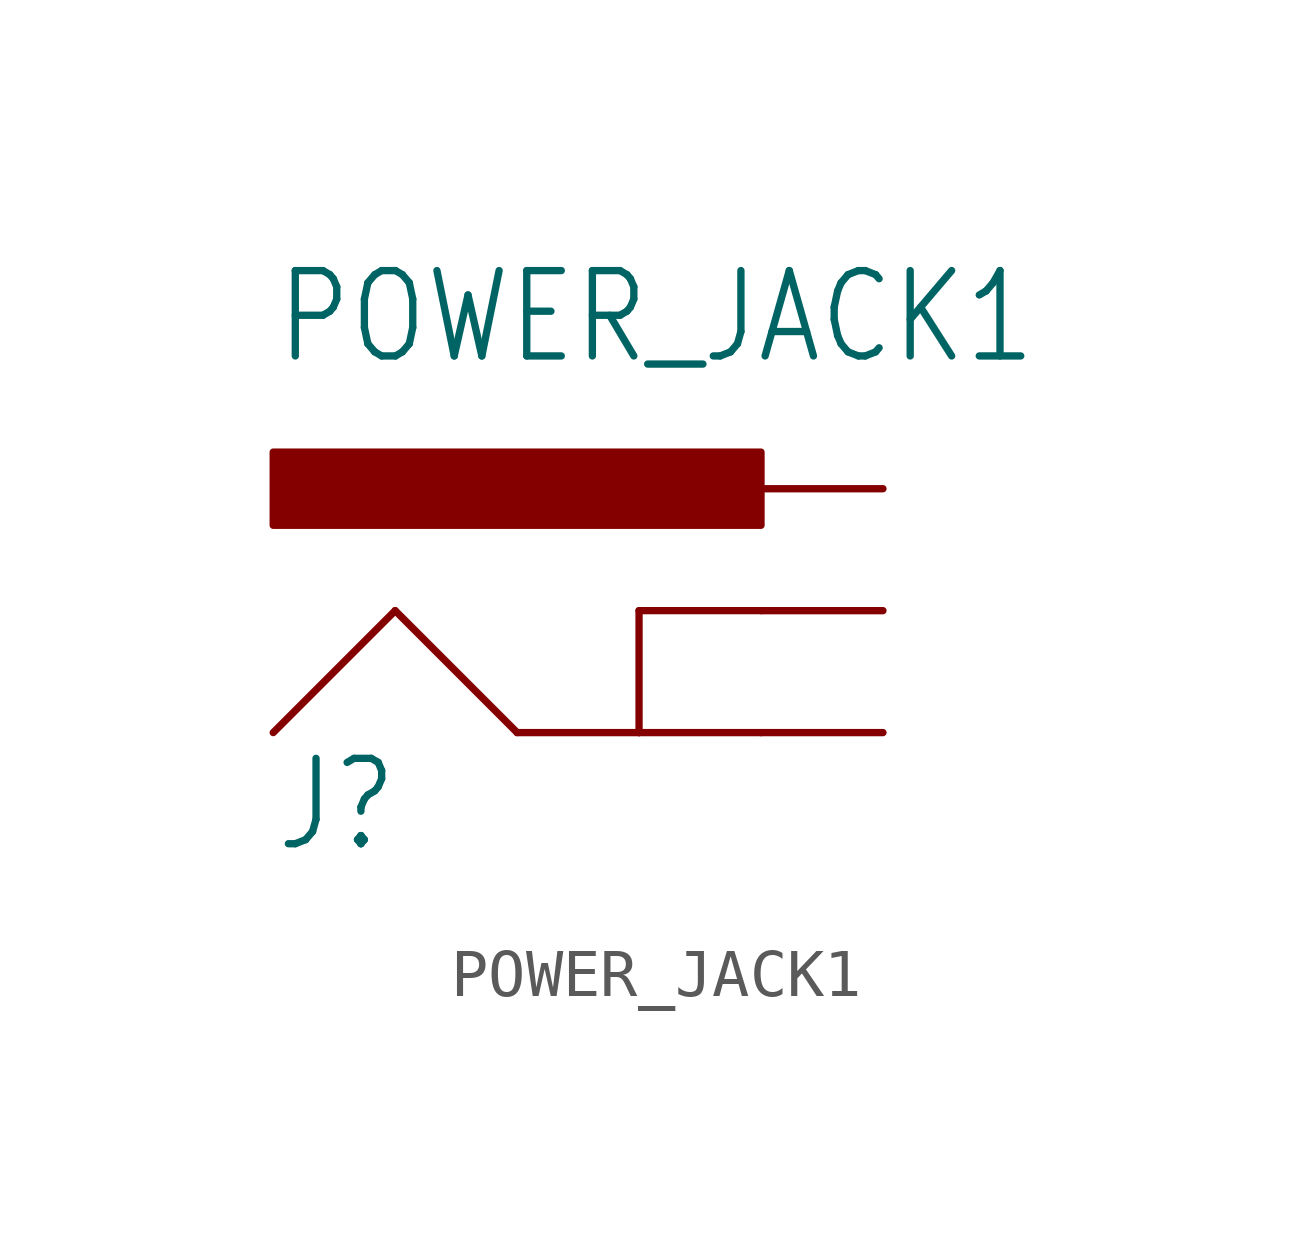
<source format=kicad_sym>
(kicad_symbol_lib
  (version 20211014)
  (generator kicad_symbol_editor)
  (symbol "POWER_JACK1"
    (property "Reference" "J"
      (at -10.16 0 0)
      (effects (font (size 1.778 1.511)) (justify left bottom)))
    (property "Value" "POWER_JACK1"
      (at -10.16 10.16 0)
      (effects (font (size 1.778 1.511)) (justify left bottom)))
    (property "ki_locked" ""
      (at 0 0 0)
      (effects (font (size 1.27 1.27))))
    (symbol "POWER_JACK1_1_0"
      (rectangle (start -10.16 6.858) (end 0 8.382) (stroke (width 0) (type default) (color 0 0 0 0)) (fill (type outline)))
      (polyline (pts (xy -10.16 2.54) (xy -7.62 5.08)) (stroke (width 0.152) (type default) (color 0 0 0 0)) (fill (type none)))
      (polyline (pts (xy -7.62 5.08) (xy -5.08 2.54)) (stroke (width 0.152) (type default) (color 0 0 0 0)) (fill (type none)))
      (polyline (pts (xy -5.08 2.54) (xy -2.54 2.54)) (stroke (width 0.152) (type default) (color 0 0 0 0)) (fill (type none)))
      (polyline (pts (xy -2.54 2.54) (xy -2.54 5.08)) (stroke (width 0.152) (type default) (color 0 0 0 0)) (fill (type none)))
      (polyline (pts (xy -2.54 2.54) (xy 0 2.54)) (stroke (width 0.152) (type default) (color 0 0 0 0)) (fill (type none)))
      (polyline (pts (xy -2.54 5.08) (xy 0 5.08)) (stroke (width 0.152) (type default) (color 0 0 0 0)) (fill (type none)))
      (pin bidirectional line (at 2.54 5.08 180) (length 2.54) (name "GNDBREAK" (effects (font (size 0 0)))) (number "GND" (effects (font (size 0 0)))))
      (pin bidirectional line (at 2.54 2.54 180) (length 2.54) (name "GND" (effects (font (size 0 0)))) (number "P$4" (effects (font (size 0 0)))))
      (pin bidirectional line (at 2.54 7.62 180) (length 2.54) (name "PWR" (effects (font (size 0 0)))) (number "VIN0" (effects (font (size 0 0))))))))
</source>
